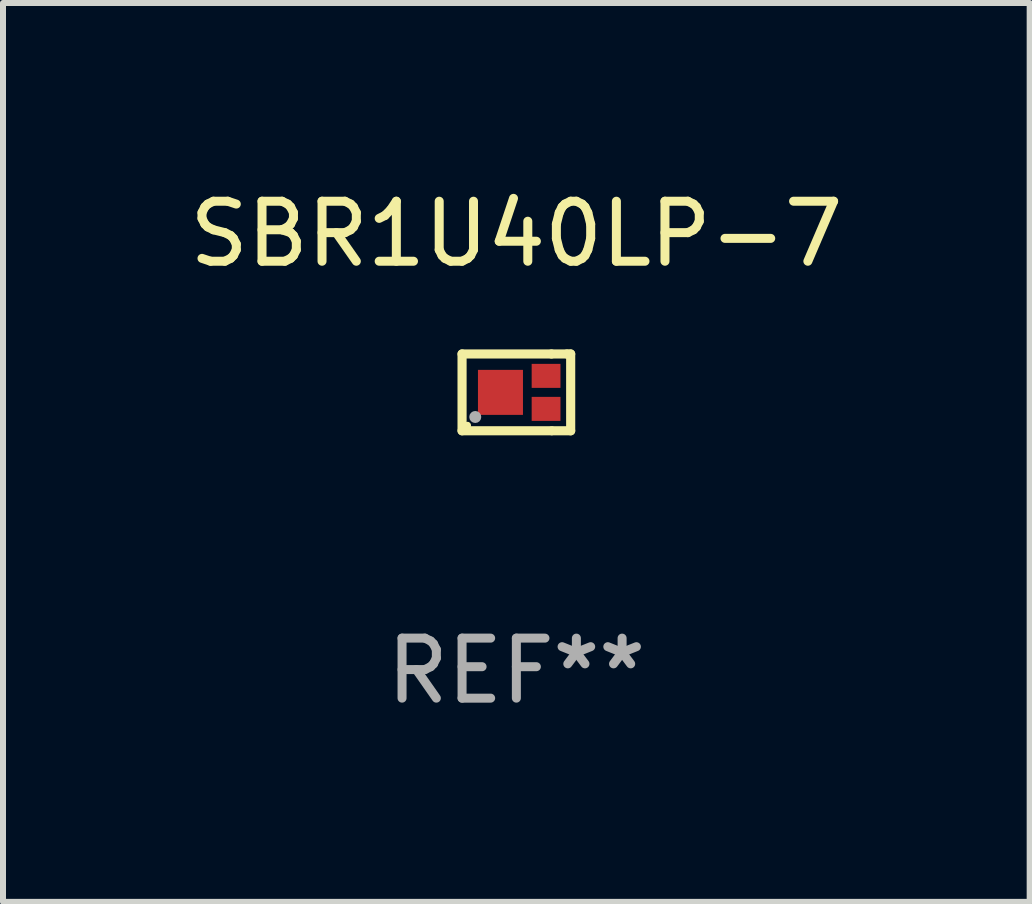
<source format=kicad_pcb>
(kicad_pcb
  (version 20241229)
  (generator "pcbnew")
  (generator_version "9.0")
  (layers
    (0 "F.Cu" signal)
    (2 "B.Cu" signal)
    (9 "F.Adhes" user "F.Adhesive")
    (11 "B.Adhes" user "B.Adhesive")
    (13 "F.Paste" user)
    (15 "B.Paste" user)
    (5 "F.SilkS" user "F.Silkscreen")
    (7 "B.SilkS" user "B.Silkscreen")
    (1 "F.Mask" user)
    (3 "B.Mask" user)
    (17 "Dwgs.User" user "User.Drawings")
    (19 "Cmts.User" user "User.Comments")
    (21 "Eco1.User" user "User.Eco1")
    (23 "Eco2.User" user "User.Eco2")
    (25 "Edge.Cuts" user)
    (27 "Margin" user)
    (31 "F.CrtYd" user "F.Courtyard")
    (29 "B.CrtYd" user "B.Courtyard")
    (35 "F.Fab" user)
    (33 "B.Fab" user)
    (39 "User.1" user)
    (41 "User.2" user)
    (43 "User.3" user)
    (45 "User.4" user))
  (footprint "SBR1U40LP-7"
    (layer "F.Cu")
    (at 5.554 3.488)
    (property "Reference" "SBR1U40LP-7" (at 0 -2.64 0) (layer "F.SilkS") (effects (font (size 1 1) (thickness 0.15))))
    (attr through_hole)
    (fp_line (start -0.905 -0.64) (end -0.905 0.64) (stroke (width 0.152) (type solid)) (layer "F.SilkS"))
    (fp_line (start -0.905 0.64) (end 0.585 0.64) (stroke (width 0.152) (type solid)) (layer "F.SilkS"))
    (fp_line (start 0.585 -0.64) (end -0.905 -0.64) (stroke (width 0.152) (type solid)) (layer "F.SilkS"))
    (fp_line (start 0.585 -0.64) (end 0.844 -0.64) (stroke (width 0.152) (type solid)) (layer "F.SilkS"))
    (fp_line (start 0.844 -0.64) (end 0.905 -0.64) (stroke (width 0.152) (type solid)) (layer "F.SilkS"))
    (fp_line (start 0.905 -0.64) (end 0.905 0.64) (stroke (width 0.152) (type solid)) (layer "F.SilkS"))
    (fp_line (start 0.905 0.64) (end 0.595 0.64) (stroke (width 0.152) (type solid)) (layer "F.SilkS"))
    (fp_circle (center -0.815 0.55) (end -0.785 0.55) (stroke (width 0.06) (type solid)) (fill no) (layer "F.SilkS"))
    (fp_circle (center -0.685 0.41) (end -0.635 0.41) (stroke (width 0.1) (type solid)) (fill no) (layer "F.Fab"))
    (fp_text user "REF**" (at 0 4.64 0) (layer "F.Fab") (effects (font (size 1 1) (thickness 0.15))))
    (pad "1" smd rect (at -0.265 0) (size 0.75 0.75) (layers "F.Cu" "F.Mask" "F.Paste"))
    (pad "2" smd rect (at 0.495 -0.275) (size 0.48 0.4) (layers "F.Cu" "F.Mask" "F.Paste"))
    (pad "3" smd rect (at 0.495 0.275) (size 0.48 0.4) (layers "F.Cu" "F.Mask" "F.Paste")))
  (gr_rect
    (start -3 -3)
    (end 14.107 11.977)
    (stroke (width 0.1) (type default))
    (fill no)
    (layer "Edge.Cuts")))
</source>
